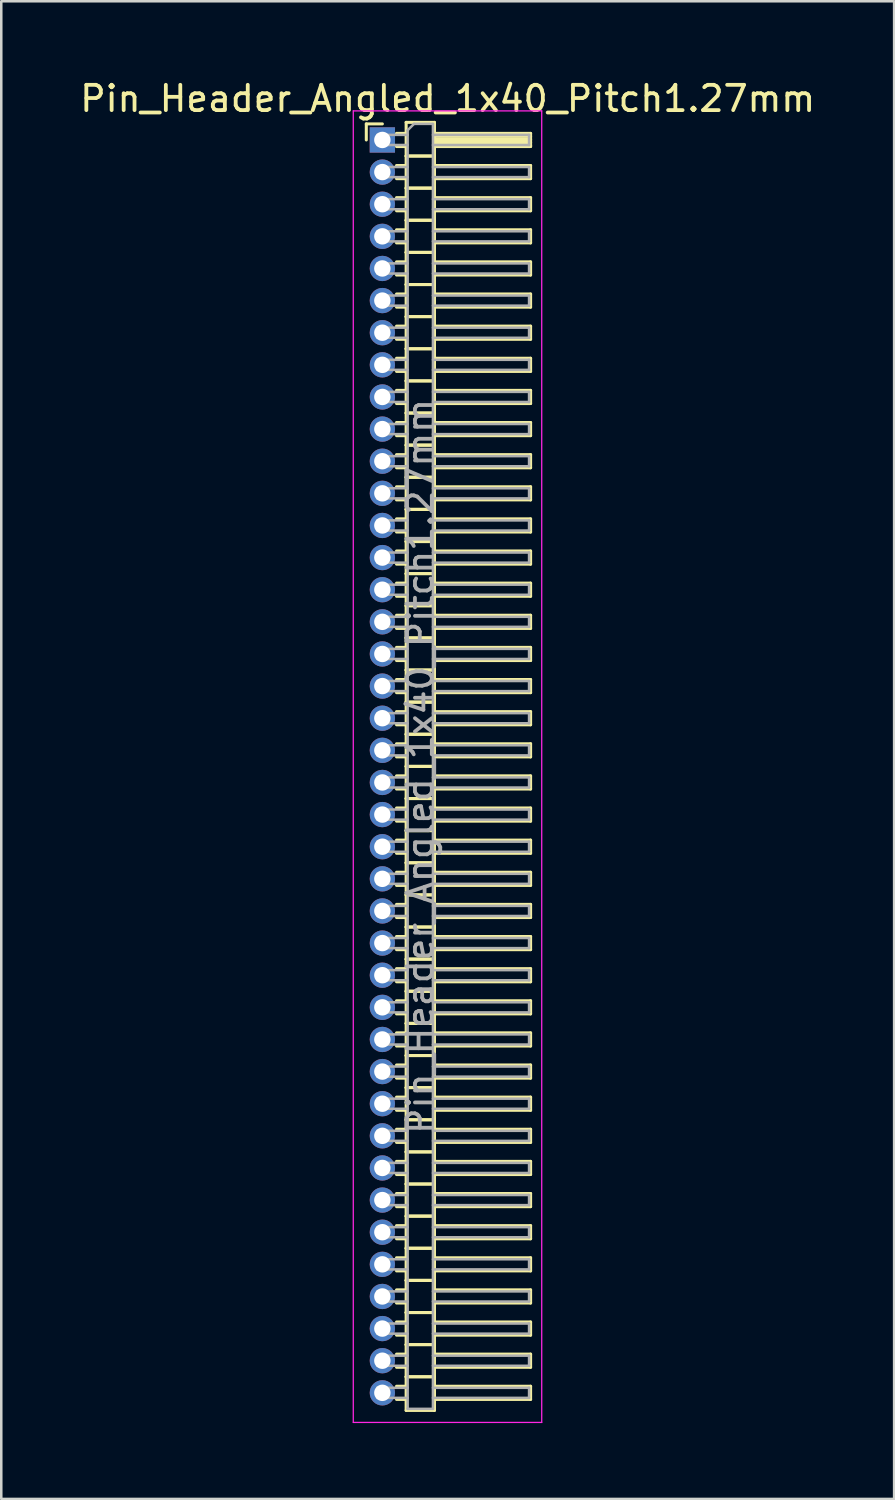
<source format=kicad_pcb>
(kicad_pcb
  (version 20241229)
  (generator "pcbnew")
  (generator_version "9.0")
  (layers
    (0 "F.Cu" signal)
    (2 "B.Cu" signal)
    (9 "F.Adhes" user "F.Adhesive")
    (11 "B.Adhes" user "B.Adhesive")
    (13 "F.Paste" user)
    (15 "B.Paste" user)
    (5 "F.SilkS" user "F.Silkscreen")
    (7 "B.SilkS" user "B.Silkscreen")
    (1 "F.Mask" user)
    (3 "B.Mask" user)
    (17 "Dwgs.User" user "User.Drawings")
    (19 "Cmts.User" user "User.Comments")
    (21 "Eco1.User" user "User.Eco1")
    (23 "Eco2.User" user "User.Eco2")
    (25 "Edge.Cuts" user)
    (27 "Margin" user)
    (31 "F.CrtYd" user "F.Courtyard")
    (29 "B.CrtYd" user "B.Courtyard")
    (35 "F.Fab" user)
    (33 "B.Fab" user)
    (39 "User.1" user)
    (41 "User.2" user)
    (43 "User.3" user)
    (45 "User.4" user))
  (footprint "Pin_Header_Angled_1x40_Pitch1.27mm"
    (layer "F.Cu")
    (at 12.066 2.483)
    (property "Reference" "Pin_Header_Angled_1x40_Pitch1.27mm" (at 2.583 -1.635 0) (layer "F.SilkS") (effects (font (size 1 1) (thickness 0.15))))
    (attr through_hole)
    (fp_line (start -0.635 -0.635) (end 0 -0.635) (stroke (width 0.12) (type solid)) (layer "F.SilkS"))
    (fp_line (start -0.635 0) (end -0.635 -0.635) (stroke (width 0.12) (type solid)) (layer "F.SilkS"))
    (fp_line (start 0.56 -0.26) (end 0.94 -0.26) (stroke (width 0.12) (type solid)) (layer "F.SilkS"))
    (fp_line (start 0.56 0.26) (end 0.94 0.26) (stroke (width 0.12) (type solid)) (layer "F.SilkS"))
    (fp_line (start 0.56 1.01) (end 0.94 1.01) (stroke (width 0.12) (type solid)) (layer "F.SilkS"))
    (fp_line (start 0.56 1.53) (end 0.94 1.53) (stroke (width 0.12) (type solid)) (layer "F.SilkS"))
    (fp_line (start 0.56 2.28) (end 0.94 2.28) (stroke (width 0.12) (type solid)) (layer "F.SilkS"))
    (fp_line (start 0.56 2.8) (end 0.94 2.8) (stroke (width 0.12) (type solid)) (layer "F.SilkS"))
    (fp_line (start 0.56 3.55) (end 0.94 3.55) (stroke (width 0.12) (type solid)) (layer "F.SilkS"))
    (fp_line (start 0.56 4.07) (end 0.94 4.07) (stroke (width 0.12) (type solid)) (layer "F.SilkS"))
    (fp_line (start 0.56 4.82) (end 0.94 4.82) (stroke (width 0.12) (type solid)) (layer "F.SilkS"))
    (fp_line (start 0.56 5.34) (end 0.94 5.34) (stroke (width 0.12) (type solid)) (layer "F.SilkS"))
    (fp_line (start 0.56 6.09) (end 0.94 6.09) (stroke (width 0.12) (type solid)) (layer "F.SilkS"))
    (fp_line (start 0.56 6.61) (end 0.94 6.61) (stroke (width 0.12) (type solid)) (layer "F.SilkS"))
    (fp_line (start 0.56 7.36) (end 0.94 7.36) (stroke (width 0.12) (type solid)) (layer "F.SilkS"))
    (fp_line (start 0.56 7.88) (end 0.94 7.88) (stroke (width 0.12) (type solid)) (layer "F.SilkS"))
    (fp_line (start 0.56 8.63) (end 0.94 8.63) (stroke (width 0.12) (type solid)) (layer "F.SilkS"))
    (fp_line (start 0.56 9.15) (end 0.94 9.15) (stroke (width 0.12) (type solid)) (layer "F.SilkS"))
    (fp_line (start 0.56 9.9) (end 0.94 9.9) (stroke (width 0.12) (type solid)) (layer "F.SilkS"))
    (fp_line (start 0.56 10.42) (end 0.94 10.42) (stroke (width 0.12) (type solid)) (layer "F.SilkS"))
    (fp_line (start 0.56 11.17) (end 0.94 11.17) (stroke (width 0.12) (type solid)) (layer "F.SilkS"))
    (fp_line (start 0.56 11.69) (end 0.94 11.69) (stroke (width 0.12) (type solid)) (layer "F.SilkS"))
    (fp_line (start 0.56 12.44) (end 0.94 12.44) (stroke (width 0.12) (type solid)) (layer "F.SilkS"))
    (fp_line (start 0.56 12.96) (end 0.94 12.96) (stroke (width 0.12) (type solid)) (layer "F.SilkS"))
    (fp_line (start 0.56 13.71) (end 0.94 13.71) (stroke (width 0.12) (type solid)) (layer "F.SilkS"))
    (fp_line (start 0.56 14.23) (end 0.94 14.23) (stroke (width 0.12) (type solid)) (layer "F.SilkS"))
    (fp_line (start 0.56 14.98) (end 0.94 14.98) (stroke (width 0.12) (type solid)) (layer "F.SilkS"))
    (fp_line (start 0.56 15.5) (end 0.94 15.5) (stroke (width 0.12) (type solid)) (layer "F.SilkS"))
    (fp_line (start 0.56 16.25) (end 0.94 16.25) (stroke (width 0.12) (type solid)) (layer "F.SilkS"))
    (fp_line (start 0.56 16.77) (end 0.94 16.77) (stroke (width 0.12) (type solid)) (layer "F.SilkS"))
    (fp_line (start 0.56 17.52) (end 0.94 17.52) (stroke (width 0.12) (type solid)) (layer "F.SilkS"))
    (fp_line (start 0.56 18.04) (end 0.94 18.04) (stroke (width 0.12) (type solid)) (layer "F.SilkS"))
    (fp_line (start 0.56 18.79) (end 0.94 18.79) (stroke (width 0.12) (type solid)) (layer "F.SilkS"))
    (fp_line (start 0.56 19.31) (end 0.94 19.31) (stroke (width 0.12) (type solid)) (layer "F.SilkS"))
    (fp_line (start 0.56 20.06) (end 0.94 20.06) (stroke (width 0.12) (type solid)) (layer "F.SilkS"))
    (fp_line (start 0.56 20.58) (end 0.94 20.58) (stroke (width 0.12) (type solid)) (layer "F.SilkS"))
    (fp_line (start 0.56 21.33) (end 0.94 21.33) (stroke (width 0.12) (type solid)) (layer "F.SilkS"))
    (fp_line (start 0.56 21.85) (end 0.94 21.85) (stroke (width 0.12) (type solid)) (layer "F.SilkS"))
    (fp_line (start 0.56 22.6) (end 0.94 22.6) (stroke (width 0.12) (type solid)) (layer "F.SilkS"))
    (fp_line (start 0.56 23.12) (end 0.94 23.12) (stroke (width 0.12) (type solid)) (layer "F.SilkS"))
    (fp_line (start 0.56 23.87) (end 0.94 23.87) (stroke (width 0.12) (type solid)) (layer "F.SilkS"))
    (fp_line (start 0.56 24.39) (end 0.94 24.39) (stroke (width 0.12) (type solid)) (layer "F.SilkS"))
    (fp_line (start 0.56 25.14) (end 0.94 25.14) (stroke (width 0.12) (type solid)) (layer "F.SilkS"))
    (fp_line (start 0.56 25.66) (end 0.94 25.66) (stroke (width 0.12) (type solid)) (layer "F.SilkS"))
    (fp_line (start 0.56 26.41) (end 0.94 26.41) (stroke (width 0.12) (type solid)) (layer "F.SilkS"))
    (fp_line (start 0.56 26.93) (end 0.94 26.93) (stroke (width 0.12) (type solid)) (layer "F.SilkS"))
    (fp_line (start 0.56 27.68) (end 0.94 27.68) (stroke (width 0.12) (type solid)) (layer "F.SilkS"))
    (fp_line (start 0.56 28.2) (end 0.94 28.2) (stroke (width 0.12) (type solid)) (layer "F.SilkS"))
    (fp_line (start 0.56 28.95) (end 0.94 28.95) (stroke (width 0.12) (type solid)) (layer "F.SilkS"))
    (fp_line (start 0.56 29.47) (end 0.94 29.47) (stroke (width 0.12) (type solid)) (layer "F.SilkS"))
    (fp_line (start 0.56 30.22) (end 0.94 30.22) (stroke (width 0.12) (type solid)) (layer "F.SilkS"))
    (fp_line (start 0.56 30.74) (end 0.94 30.74) (stroke (width 0.12) (type solid)) (layer "F.SilkS"))
    (fp_line (start 0.56 31.49) (end 0.94 31.49) (stroke (width 0.12) (type solid)) (layer "F.SilkS"))
    (fp_line (start 0.56 32.01) (end 0.94 32.01) (stroke (width 0.12) (type solid)) (layer "F.SilkS"))
    (fp_line (start 0.56 32.76) (end 0.94 32.76) (stroke (width 0.12) (type solid)) (layer "F.SilkS"))
    (fp_line (start 0.56 33.28) (end 0.94 33.28) (stroke (width 0.12) (type solid)) (layer "F.SilkS"))
    (fp_line (start 0.56 34.03) (end 0.94 34.03) (stroke (width 0.12) (type solid)) (layer "F.SilkS"))
    (fp_line (start 0.56 34.55) (end 0.94 34.55) (stroke (width 0.12) (type solid)) (layer "F.SilkS"))
    (fp_line (start 0.56 35.3) (end 0.94 35.3) (stroke (width 0.12) (type solid)) (layer "F.SilkS"))
    (fp_line (start 0.56 35.82) (end 0.94 35.82) (stroke (width 0.12) (type solid)) (layer "F.SilkS"))
    (fp_line (start 0.56 36.57) (end 0.94 36.57) (stroke (width 0.12) (type solid)) (layer "F.SilkS"))
    (fp_line (start 0.56 37.09) (end 0.94 37.09) (stroke (width 0.12) (type solid)) (layer "F.SilkS"))
    (fp_line (start 0.56 37.84) (end 0.94 37.84) (stroke (width 0.12) (type solid)) (layer "F.SilkS"))
    (fp_line (start 0.56 38.36) (end 0.94 38.36) (stroke (width 0.12) (type solid)) (layer "F.SilkS"))
    (fp_line (start 0.56 39.11) (end 0.94 39.11) (stroke (width 0.12) (type solid)) (layer "F.SilkS"))
    (fp_line (start 0.56 39.63) (end 0.94 39.63) (stroke (width 0.12) (type solid)) (layer "F.SilkS"))
    (fp_line (start 0.56 40.38) (end 0.94 40.38) (stroke (width 0.12) (type solid)) (layer "F.SilkS"))
    (fp_line (start 0.56 40.9) (end 0.94 40.9) (stroke (width 0.12) (type solid)) (layer "F.SilkS"))
    (fp_line (start 0.56 41.65) (end 0.94 41.65) (stroke (width 0.12) (type solid)) (layer "F.SilkS"))
    (fp_line (start 0.56 42.17) (end 0.94 42.17) (stroke (width 0.12) (type solid)) (layer "F.SilkS"))
    (fp_line (start 0.56 42.92) (end 0.94 42.92) (stroke (width 0.12) (type solid)) (layer "F.SilkS"))
    (fp_line (start 0.56 43.44) (end 0.94 43.44) (stroke (width 0.12) (type solid)) (layer "F.SilkS"))
    (fp_line (start 0.56 44.19) (end 0.94 44.19) (stroke (width 0.12) (type solid)) (layer "F.SilkS"))
    (fp_line (start 0.56 44.71) (end 0.94 44.71) (stroke (width 0.12) (type solid)) (layer "F.SilkS"))
    (fp_line (start 0.56 45.46) (end 0.94 45.46) (stroke (width 0.12) (type solid)) (layer "F.SilkS"))
    (fp_line (start 0.56 45.98) (end 0.94 45.98) (stroke (width 0.12) (type solid)) (layer "F.SilkS"))
    (fp_line (start 0.56 46.73) (end 0.94 46.73) (stroke (width 0.12) (type solid)) (layer "F.SilkS"))
    (fp_line (start 0.56 47.25) (end 0.94 47.25) (stroke (width 0.12) (type solid)) (layer "F.SilkS"))
    (fp_line (start 0.56 48) (end 0.94 48) (stroke (width 0.12) (type solid)) (layer "F.SilkS"))
    (fp_line (start 0.56 48.52) (end 0.94 48.52) (stroke (width 0.12) (type solid)) (layer "F.SilkS"))
    (fp_line (start 0.56 49.27) (end 0.94 49.27) (stroke (width 0.12) (type solid)) (layer "F.SilkS"))
    (fp_line (start 0.56 49.79) (end 0.94 49.79) (stroke (width 0.12) (type solid)) (layer "F.SilkS"))
    (fp_line (start 0.94 -0.695) (end 0.94 0.635) (stroke (width 0.12) (type solid)) (layer "F.SilkS"))
    (fp_line (start 0.94 0.635) (end 0.94 1.905) (stroke (width 0.12) (type solid)) (layer "F.SilkS"))
    (fp_line (start 0.94 0.635) (end 2.06 0.635) (stroke (width 0.12) (type solid)) (layer "F.SilkS"))
    (fp_line (start 0.94 1.905) (end 0.94 3.175) (stroke (width 0.12) (type solid)) (layer "F.SilkS"))
    (fp_line (start 0.94 1.905) (end 2.06 1.905) (stroke (width 0.12) (type solid)) (layer "F.SilkS"))
    (fp_line (start 0.94 3.175) (end 0.94 4.445) (stroke (width 0.12) (type solid)) (layer "F.SilkS"))
    (fp_line (start 0.94 3.175) (end 2.06 3.175) (stroke (width 0.12) (type solid)) (layer "F.SilkS"))
    (fp_line (start 0.94 4.445) (end 0.94 5.715) (stroke (width 0.12) (type solid)) (layer "F.SilkS"))
    (fp_line (start 0.94 4.445) (end 2.06 4.445) (stroke (width 0.12) (type solid)) (layer "F.SilkS"))
    (fp_line (start 0.94 5.715) (end 0.94 6.985) (stroke (width 0.12) (type solid)) (layer "F.SilkS"))
    (fp_line (start 0.94 5.715) (end 2.06 5.715) (stroke (width 0.12) (type solid)) (layer "F.SilkS"))
    (fp_line (start 0.94 6.985) (end 0.94 8.255) (stroke (width 0.12) (type solid)) (layer "F.SilkS"))
    (fp_line (start 0.94 6.985) (end 2.06 6.985) (stroke (width 0.12) (type solid)) (layer "F.SilkS"))
    (fp_line (start 0.94 8.255) (end 0.94 9.525) (stroke (width 0.12) (type solid)) (layer "F.SilkS"))
    (fp_line (start 0.94 8.255) (end 2.06 8.255) (stroke (width 0.12) (type solid)) (layer "F.SilkS"))
    (fp_line (start 0.94 9.525) (end 0.94 10.795) (stroke (width 0.12) (type solid)) (layer "F.SilkS"))
    (fp_line (start 0.94 9.525) (end 2.06 9.525) (stroke (width 0.12) (type solid)) (layer "F.SilkS"))
    (fp_line (start 0.94 10.795) (end 0.94 12.065) (stroke (width 0.12) (type solid)) (layer "F.SilkS"))
    (fp_line (start 0.94 10.795) (end 2.06 10.795) (stroke (width 0.12) (type solid)) (layer "F.SilkS"))
    (fp_line (start 0.94 12.065) (end 0.94 13.335) (stroke (width 0.12) (type solid)) (layer "F.SilkS"))
    (fp_line (start 0.94 12.065) (end 2.06 12.065) (stroke (width 0.12) (type solid)) (layer "F.SilkS"))
    (fp_line (start 0.94 13.335) (end 0.94 14.605) (stroke (width 0.12) (type solid)) (layer "F.SilkS"))
    (fp_line (start 0.94 13.335) (end 2.06 13.335) (stroke (width 0.12) (type solid)) (layer "F.SilkS"))
    (fp_line (start 0.94 14.605) (end 0.94 15.875) (stroke (width 0.12) (type solid)) (layer "F.SilkS"))
    (fp_line (start 0.94 14.605) (end 2.06 14.605) (stroke (width 0.12) (type solid)) (layer "F.SilkS"))
    (fp_line (start 0.94 15.875) (end 0.94 17.145) (stroke (width 0.12) (type solid)) (layer "F.SilkS"))
    (fp_line (start 0.94 15.875) (end 2.06 15.875) (stroke (width 0.12) (type solid)) (layer "F.SilkS"))
    (fp_line (start 0.94 17.145) (end 0.94 18.415) (stroke (width 0.12) (type solid)) (layer "F.SilkS"))
    (fp_line (start 0.94 17.145) (end 2.06 17.145) (stroke (width 0.12) (type solid)) (layer "F.SilkS"))
    (fp_line (start 0.94 18.415) (end 0.94 19.685) (stroke (width 0.12) (type solid)) (layer "F.SilkS"))
    (fp_line (start 0.94 18.415) (end 2.06 18.415) (stroke (width 0.12) (type solid)) (layer "F.SilkS"))
    (fp_line (start 0.94 19.685) (end 0.94 20.955) (stroke (width 0.12) (type solid)) (layer "F.SilkS"))
    (fp_line (start 0.94 19.685) (end 2.06 19.685) (stroke (width 0.12) (type solid)) (layer "F.SilkS"))
    (fp_line (start 0.94 20.955) (end 0.94 22.225) (stroke (width 0.12) (type solid)) (layer "F.SilkS"))
    (fp_line (start 0.94 20.955) (end 2.06 20.955) (stroke (width 0.12) (type solid)) (layer "F.SilkS"))
    (fp_line (start 0.94 22.225) (end 0.94 23.495) (stroke (width 0.12) (type solid)) (layer "F.SilkS"))
    (fp_line (start 0.94 22.225) (end 2.06 22.225) (stroke (width 0.12) (type solid)) (layer "F.SilkS"))
    (fp_line (start 0.94 23.495) (end 0.94 24.765) (stroke (width 0.12) (type solid)) (layer "F.SilkS"))
    (fp_line (start 0.94 23.495) (end 2.06 23.495) (stroke (width 0.12) (type solid)) (layer "F.SilkS"))
    (fp_line (start 0.94 24.765) (end 0.94 26.035) (stroke (width 0.12) (type solid)) (layer "F.SilkS"))
    (fp_line (start 0.94 24.765) (end 2.06 24.765) (stroke (width 0.12) (type solid)) (layer "F.SilkS"))
    (fp_line (start 0.94 26.035) (end 0.94 27.305) (stroke (width 0.12) (type solid)) (layer "F.SilkS"))
    (fp_line (start 0.94 26.035) (end 2.06 26.035) (stroke (width 0.12) (type solid)) (layer "F.SilkS"))
    (fp_line (start 0.94 27.305) (end 0.94 28.575) (stroke (width 0.12) (type solid)) (layer "F.SilkS"))
    (fp_line (start 0.94 27.305) (end 2.06 27.305) (stroke (width 0.12) (type solid)) (layer "F.SilkS"))
    (fp_line (start 0.94 28.575) (end 0.94 29.845) (stroke (width 0.12) (type solid)) (layer "F.SilkS"))
    (fp_line (start 0.94 28.575) (end 2.06 28.575) (stroke (width 0.12) (type solid)) (layer "F.SilkS"))
    (fp_line (start 0.94 29.845) (end 0.94 31.115) (stroke (width 0.12) (type solid)) (layer "F.SilkS"))
    (fp_line (start 0.94 29.845) (end 2.06 29.845) (stroke (width 0.12) (type solid)) (layer "F.SilkS"))
    (fp_line (start 0.94 31.115) (end 0.94 32.385) (stroke (width 0.12) (type solid)) (layer "F.SilkS"))
    (fp_line (start 0.94 31.115) (end 2.06 31.115) (stroke (width 0.12) (type solid)) (layer "F.SilkS"))
    (fp_line (start 0.94 32.385) (end 0.94 33.655) (stroke (width 0.12) (type solid)) (layer "F.SilkS"))
    (fp_line (start 0.94 32.385) (end 2.06 32.385) (stroke (width 0.12) (type solid)) (layer "F.SilkS"))
    (fp_line (start 0.94 33.655) (end 0.94 34.925) (stroke (width 0.12) (type solid)) (layer "F.SilkS"))
    (fp_line (start 0.94 33.655) (end 2.06 33.655) (stroke (width 0.12) (type solid)) (layer "F.SilkS"))
    (fp_line (start 0.94 34.925) (end 0.94 36.195) (stroke (width 0.12) (type solid)) (layer "F.SilkS"))
    (fp_line (start 0.94 34.925) (end 2.06 34.925) (stroke (width 0.12) (type solid)) (layer "F.SilkS"))
    (fp_line (start 0.94 36.195) (end 0.94 37.465) (stroke (width 0.12) (type solid)) (layer "F.SilkS"))
    (fp_line (start 0.94 36.195) (end 2.06 36.195) (stroke (width 0.12) (type solid)) (layer "F.SilkS"))
    (fp_line (start 0.94 37.465) (end 0.94 38.735) (stroke (width 0.12) (type solid)) (layer "F.SilkS"))
    (fp_line (start 0.94 37.465) (end 2.06 37.465) (stroke (width 0.12) (type solid)) (layer "F.SilkS"))
    (fp_line (start 0.94 38.735) (end 0.94 40.005) (stroke (width 0.12) (type solid)) (layer "F.SilkS"))
    (fp_line (start 0.94 38.735) (end 2.06 38.735) (stroke (width 0.12) (type solid)) (layer "F.SilkS"))
    (fp_line (start 0.94 40.005) (end 0.94 41.275) (stroke (width 0.12) (type solid)) (layer "F.SilkS"))
    (fp_line (start 0.94 40.005) (end 2.06 40.005) (stroke (width 0.12) (type solid)) (layer "F.SilkS"))
    (fp_line (start 0.94 41.275) (end 0.94 42.545) (stroke (width 0.12) (type solid)) (layer "F.SilkS"))
    (fp_line (start 0.94 41.275) (end 2.06 41.275) (stroke (width 0.12) (type solid)) (layer "F.SilkS"))
    (fp_line (start 0.94 42.545) (end 0.94 43.815) (stroke (width 0.12) (type solid)) (layer "F.SilkS"))
    (fp_line (start 0.94 42.545) (end 2.06 42.545) (stroke (width 0.12) (type solid)) (layer "F.SilkS"))
    (fp_line (start 0.94 43.815) (end 0.94 45.085) (stroke (width 0.12) (type solid)) (layer "F.SilkS"))
    (fp_line (start 0.94 43.815) (end 2.06 43.815) (stroke (width 0.12) (type solid)) (layer "F.SilkS"))
    (fp_line (start 0.94 45.085) (end 0.94 46.355) (stroke (width 0.12) (type solid)) (layer "F.SilkS"))
    (fp_line (start 0.94 45.085) (end 2.06 45.085) (stroke (width 0.12) (type solid)) (layer "F.SilkS"))
    (fp_line (start 0.94 46.355) (end 0.94 47.625) (stroke (width 0.12) (type solid)) (layer "F.SilkS"))
    (fp_line (start 0.94 46.355) (end 2.06 46.355) (stroke (width 0.12) (type solid)) (layer "F.SilkS"))
    (fp_line (start 0.94 47.625) (end 0.94 48.895) (stroke (width 0.12) (type solid)) (layer "F.SilkS"))
    (fp_line (start 0.94 47.625) (end 2.06 47.625) (stroke (width 0.12) (type solid)) (layer "F.SilkS"))
    (fp_line (start 0.94 48.895) (end 0.94 50.225) (stroke (width 0.12) (type solid)) (layer "F.SilkS"))
    (fp_line (start 0.94 48.895) (end 2.06 48.895) (stroke (width 0.12) (type solid)) (layer "F.SilkS"))
    (fp_line (start 0.94 50.225) (end 2.06 50.225) (stroke (width 0.12) (type solid)) (layer "F.SilkS"))
    (fp_line (start 2.06 -0.695) (end 0.94 -0.695) (stroke (width 0.12) (type solid)) (layer "F.SilkS"))
    (fp_line (start 2.06 -0.26) (end 2.06 0.26) (stroke (width 0.12) (type solid)) (layer "F.SilkS"))
    (fp_line (start 2.06 -0.14) (end 5.86 -0.14) (stroke (width 0.12) (type solid)) (layer "F.SilkS"))
    (fp_line (start 2.06 -0.02) (end 5.86 -0.02) (stroke (width 0.12) (type solid)) (layer "F.SilkS"))
    (fp_line (start 2.06 0.1) (end 5.86 0.1) (stroke (width 0.12) (type solid)) (layer "F.SilkS"))
    (fp_line (start 2.06 0.22) (end 5.86 0.22) (stroke (width 0.12) (type solid)) (layer "F.SilkS"))
    (fp_line (start 2.06 0.26) (end 5.86 0.26) (stroke (width 0.12) (type solid)) (layer "F.SilkS"))
    (fp_line (start 2.06 0.635) (end 0.94 0.635) (stroke (width 0.12) (type solid)) (layer "F.SilkS"))
    (fp_line (start 2.06 0.635) (end 2.06 -0.695) (stroke (width 0.12) (type solid)) (layer "F.SilkS"))
    (fp_line (start 2.06 1.01) (end 2.06 1.53) (stroke (width 0.12) (type solid)) (layer "F.SilkS"))
    (fp_line (start 2.06 1.53) (end 5.86 1.53) (stroke (width 0.12) (type solid)) (layer "F.SilkS"))
    (fp_line (start 2.06 1.905) (end 0.94 1.905) (stroke (width 0.12) (type solid)) (layer "F.SilkS"))
    (fp_line (start 2.06 1.905) (end 2.06 0.635) (stroke (width 0.12) (type solid)) (layer "F.SilkS"))
    (fp_line (start 2.06 2.28) (end 2.06 2.8) (stroke (width 0.12) (type solid)) (layer "F.SilkS"))
    (fp_line (start 2.06 2.8) (end 5.86 2.8) (stroke (width 0.12) (type solid)) (layer "F.SilkS"))
    (fp_line (start 2.06 3.175) (end 0.94 3.175) (stroke (width 0.12) (type solid)) (layer "F.SilkS"))
    (fp_line (start 2.06 3.175) (end 2.06 1.905) (stroke (width 0.12) (type solid)) (layer "F.SilkS"))
    (fp_line (start 2.06 3.55) (end 2.06 4.07) (stroke (width 0.12) (type solid)) (layer "F.SilkS"))
    (fp_line (start 2.06 4.07) (end 5.86 4.07) (stroke (width 0.12) (type solid)) (layer "F.SilkS"))
    (fp_line (start 2.06 4.445) (end 0.94 4.445) (stroke (width 0.12) (type solid)) (layer "F.SilkS"))
    (fp_line (start 2.06 4.445) (end 2.06 3.175) (stroke (width 0.12) (type solid)) (layer "F.SilkS"))
    (fp_line (start 2.06 4.82) (end 2.06 5.34) (stroke (width 0.12) (type solid)) (layer "F.SilkS"))
    (fp_line (start 2.06 5.34) (end 5.86 5.34) (stroke (width 0.12) (type solid)) (layer "F.SilkS"))
    (fp_line (start 2.06 5.715) (end 0.94 5.715) (stroke (width 0.12) (type solid)) (layer "F.SilkS"))
    (fp_line (start 2.06 5.715) (end 2.06 4.445) (stroke (width 0.12) (type solid)) (layer "F.SilkS"))
    (fp_line (start 2.06 6.09) (end 2.06 6.61) (stroke (width 0.12) (type solid)) (layer "F.SilkS"))
    (fp_line (start 2.06 6.61) (end 5.86 6.61) (stroke (width 0.12) (type solid)) (layer "F.SilkS"))
    (fp_line (start 2.06 6.985) (end 0.94 6.985) (stroke (width 0.12) (type solid)) (layer "F.SilkS"))
    (fp_line (start 2.06 6.985) (end 2.06 5.715) (stroke (width 0.12) (type solid)) (layer "F.SilkS"))
    (fp_line (start 2.06 7.36) (end 2.06 7.88) (stroke (width 0.12) (type solid)) (layer "F.SilkS"))
    (fp_line (start 2.06 7.88) (end 5.86 7.88) (stroke (width 0.12) (type solid)) (layer "F.SilkS"))
    (fp_line (start 2.06 8.255) (end 0.94 8.255) (stroke (width 0.12) (type solid)) (layer "F.SilkS"))
    (fp_line (start 2.06 8.255) (end 2.06 6.985) (stroke (width 0.12) (type solid)) (layer "F.SilkS"))
    (fp_line (start 2.06 8.63) (end 2.06 9.15) (stroke (width 0.12) (type solid)) (layer "F.SilkS"))
    (fp_line (start 2.06 9.15) (end 5.86 9.15) (stroke (width 0.12) (type solid)) (layer "F.SilkS"))
    (fp_line (start 2.06 9.525) (end 0.94 9.525) (stroke (width 0.12) (type solid)) (layer "F.SilkS"))
    (fp_line (start 2.06 9.525) (end 2.06 8.255) (stroke (width 0.12) (type solid)) (layer "F.SilkS"))
    (fp_line (start 2.06 9.9) (end 2.06 10.42) (stroke (width 0.12) (type solid)) (layer "F.SilkS"))
    (fp_line (start 2.06 10.42) (end 5.86 10.42) (stroke (width 0.12) (type solid)) (layer "F.SilkS"))
    (fp_line (start 2.06 10.795) (end 0.94 10.795) (stroke (width 0.12) (type solid)) (layer "F.SilkS"))
    (fp_line (start 2.06 10.795) (end 2.06 9.525) (stroke (width 0.12) (type solid)) (layer "F.SilkS"))
    (fp_line (start 2.06 11.17) (end 2.06 11.69) (stroke (width 0.12) (type solid)) (layer "F.SilkS"))
    (fp_line (start 2.06 11.69) (end 5.86 11.69) (stroke (width 0.12) (type solid)) (layer "F.SilkS"))
    (fp_line (start 2.06 12.065) (end 0.94 12.065) (stroke (width 0.12) (type solid)) (layer "F.SilkS"))
    (fp_line (start 2.06 12.065) (end 2.06 10.795) (stroke (width 0.12) (type solid)) (layer "F.SilkS"))
    (fp_line (start 2.06 12.44) (end 2.06 12.96) (stroke (width 0.12) (type solid)) (layer "F.SilkS"))
    (fp_line (start 2.06 12.96) (end 5.86 12.96) (stroke (width 0.12) (type solid)) (layer "F.SilkS"))
    (fp_line (start 2.06 13.335) (end 0.94 13.335) (stroke (width 0.12) (type solid)) (layer "F.SilkS"))
    (fp_line (start 2.06 13.335) (end 2.06 12.065) (stroke (width 0.12) (type solid)) (layer "F.SilkS"))
    (fp_line (start 2.06 13.71) (end 2.06 14.23) (stroke (width 0.12) (type solid)) (layer "F.SilkS"))
    (fp_line (start 2.06 14.23) (end 5.86 14.23) (stroke (width 0.12) (type solid)) (layer "F.SilkS"))
    (fp_line (start 2.06 14.605) (end 0.94 14.605) (stroke (width 0.12) (type solid)) (layer "F.SilkS"))
    (fp_line (start 2.06 14.605) (end 2.06 13.335) (stroke (width 0.12) (type solid)) (layer "F.SilkS"))
    (fp_line (start 2.06 14.98) (end 2.06 15.5) (stroke (width 0.12) (type solid)) (layer "F.SilkS"))
    (fp_line (start 2.06 15.5) (end 5.86 15.5) (stroke (width 0.12) (type solid)) (layer "F.SilkS"))
    (fp_line (start 2.06 15.875) (end 0.94 15.875) (stroke (width 0.12) (type solid)) (layer "F.SilkS"))
    (fp_line (start 2.06 15.875) (end 2.06 14.605) (stroke (width 0.12) (type solid)) (layer "F.SilkS"))
    (fp_line (start 2.06 16.25) (end 2.06 16.77) (stroke (width 0.12) (type solid)) (layer "F.SilkS"))
    (fp_line (start 2.06 16.77) (end 5.86 16.77) (stroke (width 0.12) (type solid)) (layer "F.SilkS"))
    (fp_line (start 2.06 17.145) (end 0.94 17.145) (stroke (width 0.12) (type solid)) (layer "F.SilkS"))
    (fp_line (start 2.06 17.145) (end 2.06 15.875) (stroke (width 0.12) (type solid)) (layer "F.SilkS"))
    (fp_line (start 2.06 17.52) (end 2.06 18.04) (stroke (width 0.12) (type solid)) (layer "F.SilkS"))
    (fp_line (start 2.06 18.04) (end 5.86 18.04) (stroke (width 0.12) (type solid)) (layer "F.SilkS"))
    (fp_line (start 2.06 18.415) (end 0.94 18.415) (stroke (width 0.12) (type solid)) (layer "F.SilkS"))
    (fp_line (start 2.06 18.415) (end 2.06 17.145) (stroke (width 0.12) (type solid)) (layer "F.SilkS"))
    (fp_line (start 2.06 18.79) (end 2.06 19.31) (stroke (width 0.12) (type solid)) (layer "F.SilkS"))
    (fp_line (start 2.06 19.31) (end 5.86 19.31) (stroke (width 0.12) (type solid)) (layer "F.SilkS"))
    (fp_line (start 2.06 19.685) (end 0.94 19.685) (stroke (width 0.12) (type solid)) (layer "F.SilkS"))
    (fp_line (start 2.06 19.685) (end 2.06 18.415) (stroke (width 0.12) (type solid)) (layer "F.SilkS"))
    (fp_line (start 2.06 20.06) (end 2.06 20.58) (stroke (width 0.12) (type solid)) (layer "F.SilkS"))
    (fp_line (start 2.06 20.58) (end 5.86 20.58) (stroke (width 0.12) (type solid)) (layer "F.SilkS"))
    (fp_line (start 2.06 20.955) (end 0.94 20.955) (stroke (width 0.12) (type solid)) (layer "F.SilkS"))
    (fp_line (start 2.06 20.955) (end 2.06 19.685) (stroke (width 0.12) (type solid)) (layer "F.SilkS"))
    (fp_line (start 2.06 21.33) (end 2.06 21.85) (stroke (width 0.12) (type solid)) (layer "F.SilkS"))
    (fp_line (start 2.06 21.85) (end 5.86 21.85) (stroke (width 0.12) (type solid)) (layer "F.SilkS"))
    (fp_line (start 2.06 22.225) (end 0.94 22.225) (stroke (width 0.12) (type solid)) (layer "F.SilkS"))
    (fp_line (start 2.06 22.225) (end 2.06 20.955) (stroke (width 0.12) (type solid)) (layer "F.SilkS"))
    (fp_line (start 2.06 22.6) (end 2.06 23.12) (stroke (width 0.12) (type solid)) (layer "F.SilkS"))
    (fp_line (start 2.06 23.12) (end 5.86 23.12) (stroke (width 0.12) (type solid)) (layer "F.SilkS"))
    (fp_line (start 2.06 23.495) (end 0.94 23.495) (stroke (width 0.12) (type solid)) (layer "F.SilkS"))
    (fp_line (start 2.06 23.495) (end 2.06 22.225) (stroke (width 0.12) (type solid)) (layer "F.SilkS"))
    (fp_line (start 2.06 23.87) (end 2.06 24.39) (stroke (width 0.12) (type solid)) (layer "F.SilkS"))
    (fp_line (start 2.06 24.39) (end 5.86 24.39) (stroke (width 0.12) (type solid)) (layer "F.SilkS"))
    (fp_line (start 2.06 24.765) (end 0.94 24.765) (stroke (width 0.12) (type solid)) (layer "F.SilkS"))
    (fp_line (start 2.06 24.765) (end 2.06 23.495) (stroke (width 0.12) (type solid)) (layer "F.SilkS"))
    (fp_line (start 2.06 25.14) (end 2.06 25.66) (stroke (width 0.12) (type solid)) (layer "F.SilkS"))
    (fp_line (start 2.06 25.66) (end 5.86 25.66) (stroke (width 0.12) (type solid)) (layer "F.SilkS"))
    (fp_line (start 2.06 26.035) (end 0.94 26.035) (stroke (width 0.12) (type solid)) (layer "F.SilkS"))
    (fp_line (start 2.06 26.035) (end 2.06 24.765) (stroke (width 0.12) (type solid)) (layer "F.SilkS"))
    (fp_line (start 2.06 26.41) (end 2.06 26.93) (stroke (width 0.12) (type solid)) (layer "F.SilkS"))
    (fp_line (start 2.06 26.93) (end 5.86 26.93) (stroke (width 0.12) (type solid)) (layer "F.SilkS"))
    (fp_line (start 2.06 27.305) (end 0.94 27.305) (stroke (width 0.12) (type solid)) (layer "F.SilkS"))
    (fp_line (start 2.06 27.305) (end 2.06 26.035) (stroke (width 0.12) (type solid)) (layer "F.SilkS"))
    (fp_line (start 2.06 27.68) (end 2.06 28.2) (stroke (width 0.12) (type solid)) (layer "F.SilkS"))
    (fp_line (start 2.06 28.2) (end 5.86 28.2) (stroke (width 0.12) (type solid)) (layer "F.SilkS"))
    (fp_line (start 2.06 28.575) (end 0.94 28.575) (stroke (width 0.12) (type solid)) (layer "F.SilkS"))
    (fp_line (start 2.06 28.575) (end 2.06 27.305) (stroke (width 0.12) (type solid)) (layer "F.SilkS"))
    (fp_line (start 2.06 28.95) (end 2.06 29.47) (stroke (width 0.12) (type solid)) (layer "F.SilkS"))
    (fp_line (start 2.06 29.47) (end 5.86 29.47) (stroke (width 0.12) (type solid)) (layer "F.SilkS"))
    (fp_line (start 2.06 29.845) (end 0.94 29.845) (stroke (width 0.12) (type solid)) (layer "F.SilkS"))
    (fp_line (start 2.06 29.845) (end 2.06 28.575) (stroke (width 0.12) (type solid)) (layer "F.SilkS"))
    (fp_line (start 2.06 30.22) (end 2.06 30.74) (stroke (width 0.12) (type solid)) (layer "F.SilkS"))
    (fp_line (start 2.06 30.74) (end 5.86 30.74) (stroke (width 0.12) (type solid)) (layer "F.SilkS"))
    (fp_line (start 2.06 31.115) (end 0.94 31.115) (stroke (width 0.12) (type solid)) (layer "F.SilkS"))
    (fp_line (start 2.06 31.115) (end 2.06 29.845) (stroke (width 0.12) (type solid)) (layer "F.SilkS"))
    (fp_line (start 2.06 31.49) (end 2.06 32.01) (stroke (width 0.12) (type solid)) (layer "F.SilkS"))
    (fp_line (start 2.06 32.01) (end 5.86 32.01) (stroke (width 0.12) (type solid)) (layer "F.SilkS"))
    (fp_line (start 2.06 32.385) (end 0.94 32.385) (stroke (width 0.12) (type solid)) (layer "F.SilkS"))
    (fp_line (start 2.06 32.385) (end 2.06 31.115) (stroke (width 0.12) (type solid)) (layer "F.SilkS"))
    (fp_line (start 2.06 32.76) (end 2.06 33.28) (stroke (width 0.12) (type solid)) (layer "F.SilkS"))
    (fp_line (start 2.06 33.28) (end 5.86 33.28) (stroke (width 0.12) (type solid)) (layer "F.SilkS"))
    (fp_line (start 2.06 33.655) (end 0.94 33.655) (stroke (width 0.12) (type solid)) (layer "F.SilkS"))
    (fp_line (start 2.06 33.655) (end 2.06 32.385) (stroke (width 0.12) (type solid)) (layer "F.SilkS"))
    (fp_line (start 2.06 34.03) (end 2.06 34.55) (stroke (width 0.12) (type solid)) (layer "F.SilkS"))
    (fp_line (start 2.06 34.55) (end 5.86 34.55) (stroke (width 0.12) (type solid)) (layer "F.SilkS"))
    (fp_line (start 2.06 34.925) (end 0.94 34.925) (stroke (width 0.12) (type solid)) (layer "F.SilkS"))
    (fp_line (start 2.06 34.925) (end 2.06 33.655) (stroke (width 0.12) (type solid)) (layer "F.SilkS"))
    (fp_line (start 2.06 35.3) (end 2.06 35.82) (stroke (width 0.12) (type solid)) (layer "F.SilkS"))
    (fp_line (start 2.06 35.82) (end 5.86 35.82) (stroke (width 0.12) (type solid)) (layer "F.SilkS"))
    (fp_line (start 2.06 36.195) (end 0.94 36.195) (stroke (width 0.12) (type solid)) (layer "F.SilkS"))
    (fp_line (start 2.06 36.195) (end 2.06 34.925) (stroke (width 0.12) (type solid)) (layer "F.SilkS"))
    (fp_line (start 2.06 36.57) (end 2.06 37.09) (stroke (width 0.12) (type solid)) (layer "F.SilkS"))
    (fp_line (start 2.06 37.09) (end 5.86 37.09) (stroke (width 0.12) (type solid)) (layer "F.SilkS"))
    (fp_line (start 2.06 37.465) (end 0.94 37.465) (stroke (width 0.12) (type solid)) (layer "F.SilkS"))
    (fp_line (start 2.06 37.465) (end 2.06 36.195) (stroke (width 0.12) (type solid)) (layer "F.SilkS"))
    (fp_line (start 2.06 37.84) (end 2.06 38.36) (stroke (width 0.12) (type solid)) (layer "F.SilkS"))
    (fp_line (start 2.06 38.36) (end 5.86 38.36) (stroke (width 0.12) (type solid)) (layer "F.SilkS"))
    (fp_line (start 2.06 38.735) (end 0.94 38.735) (stroke (width 0.12) (type solid)) (layer "F.SilkS"))
    (fp_line (start 2.06 38.735) (end 2.06 37.465) (stroke (width 0.12) (type solid)) (layer "F.SilkS"))
    (fp_line (start 2.06 39.11) (end 2.06 39.63) (stroke (width 0.12) (type solid)) (layer "F.SilkS"))
    (fp_line (start 2.06 39.63) (end 5.86 39.63) (stroke (width 0.12) (type solid)) (layer "F.SilkS"))
    (fp_line (start 2.06 40.005) (end 0.94 40.005) (stroke (width 0.12) (type solid)) (layer "F.SilkS"))
    (fp_line (start 2.06 40.005) (end 2.06 38.735) (stroke (width 0.12) (type solid)) (layer "F.SilkS"))
    (fp_line (start 2.06 40.38) (end 2.06 40.9) (stroke (width 0.12) (type solid)) (layer "F.SilkS"))
    (fp_line (start 2.06 40.9) (end 5.86 40.9) (stroke (width 0.12) (type solid)) (layer "F.SilkS"))
    (fp_line (start 2.06 41.275) (end 0.94 41.275) (stroke (width 0.12) (type solid)) (layer "F.SilkS"))
    (fp_line (start 2.06 41.275) (end 2.06 40.005) (stroke (width 0.12) (type solid)) (layer "F.SilkS"))
    (fp_line (start 2.06 41.65) (end 2.06 42.17) (stroke (width 0.12) (type solid)) (layer "F.SilkS"))
    (fp_line (start 2.06 42.17) (end 5.86 42.17) (stroke (width 0.12) (type solid)) (layer "F.SilkS"))
    (fp_line (start 2.06 42.545) (end 0.94 42.545) (stroke (width 0.12) (type solid)) (layer "F.SilkS"))
    (fp_line (start 2.06 42.545) (end 2.06 41.275) (stroke (width 0.12) (type solid)) (layer "F.SilkS"))
    (fp_line (start 2.06 42.92) (end 2.06 43.44) (stroke (width 0.12) (type solid)) (layer "F.SilkS"))
    (fp_line (start 2.06 43.44) (end 5.86 43.44) (stroke (width 0.12) (type solid)) (layer "F.SilkS"))
    (fp_line (start 2.06 43.815) (end 0.94 43.815) (stroke (width 0.12) (type solid)) (layer "F.SilkS"))
    (fp_line (start 2.06 43.815) (end 2.06 42.545) (stroke (width 0.12) (type solid)) (layer "F.SilkS"))
    (fp_line (start 2.06 44.19) (end 2.06 44.71) (stroke (width 0.12) (type solid)) (layer "F.SilkS"))
    (fp_line (start 2.06 44.71) (end 5.86 44.71) (stroke (width 0.12) (type solid)) (layer "F.SilkS"))
    (fp_line (start 2.06 45.085) (end 0.94 45.085) (stroke (width 0.12) (type solid)) (layer "F.SilkS"))
    (fp_line (start 2.06 45.085) (end 2.06 43.815) (stroke (width 0.12) (type solid)) (layer "F.SilkS"))
    (fp_line (start 2.06 45.46) (end 2.06 45.98) (stroke (width 0.12) (type solid)) (layer "F.SilkS"))
    (fp_line (start 2.06 45.98) (end 5.86 45.98) (stroke (width 0.12) (type solid)) (layer "F.SilkS"))
    (fp_line (start 2.06 46.355) (end 0.94 46.355) (stroke (width 0.12) (type solid)) (layer "F.SilkS"))
    (fp_line (start 2.06 46.355) (end 2.06 45.085) (stroke (width 0.12) (type solid)) (layer "F.SilkS"))
    (fp_line (start 2.06 46.73) (end 2.06 47.25) (stroke (width 0.12) (type solid)) (layer "F.SilkS"))
    (fp_line (start 2.06 47.25) (end 5.86 47.25) (stroke (width 0.12) (type solid)) (layer "F.SilkS"))
    (fp_line (start 2.06 47.625) (end 0.94 47.625) (stroke (width 0.12) (type solid)) (layer "F.SilkS"))
    (fp_line (start 2.06 47.625) (end 2.06 46.355) (stroke (width 0.12) (type solid)) (layer "F.SilkS"))
    (fp_line (start 2.06 48) (end 2.06 48.52) (stroke (width 0.12) (type solid)) (layer "F.SilkS"))
    (fp_line (start 2.06 48.52) (end 5.86 48.52) (stroke (width 0.12) (type solid)) (layer "F.SilkS"))
    (fp_line (start 2.06 48.895) (end 0.94 48.895) (stroke (width 0.12) (type solid)) (layer "F.SilkS"))
    (fp_line (start 2.06 48.895) (end 2.06 47.625) (stroke (width 0.12) (type solid)) (layer "F.SilkS"))
    (fp_line (start 2.06 49.27) (end 2.06 49.79) (stroke (width 0.12) (type solid)) (layer "F.SilkS"))
    (fp_line (start 2.06 49.79) (end 5.86 49.79) (stroke (width 0.12) (type solid)) (layer "F.SilkS"))
    (fp_line (start 2.06 50.225) (end 2.06 48.895) (stroke (width 0.12) (type solid)) (layer "F.SilkS"))
    (fp_line (start 5.86 -0.26) (end 2.06 -0.26) (stroke (width 0.12) (type solid)) (layer "F.SilkS"))
    (fp_line (start 5.86 0.26) (end 5.86 -0.26) (stroke (width 0.12) (type solid)) (layer "F.SilkS"))
    (fp_line (start 5.86 1.01) (end 2.06 1.01) (stroke (width 0.12) (type solid)) (layer "F.SilkS"))
    (fp_line (start 5.86 1.53) (end 5.86 1.01) (stroke (width 0.12) (type solid)) (layer "F.SilkS"))
    (fp_line (start 5.86 2.28) (end 2.06 2.28) (stroke (width 0.12) (type solid)) (layer "F.SilkS"))
    (fp_line (start 5.86 2.8) (end 5.86 2.28) (stroke (width 0.12) (type solid)) (layer "F.SilkS"))
    (fp_line (start 5.86 3.55) (end 2.06 3.55) (stroke (width 0.12) (type solid)) (layer "F.SilkS"))
    (fp_line (start 5.86 4.07) (end 5.86 3.55) (stroke (width 0.12) (type solid)) (layer "F.SilkS"))
    (fp_line (start 5.86 4.82) (end 2.06 4.82) (stroke (width 0.12) (type solid)) (layer "F.SilkS"))
    (fp_line (start 5.86 5.34) (end 5.86 4.82) (stroke (width 0.12) (type solid)) (layer "F.SilkS"))
    (fp_line (start 5.86 6.09) (end 2.06 6.09) (stroke (width 0.12) (type solid)) (layer "F.SilkS"))
    (fp_line (start 5.86 6.61) (end 5.86 6.09) (stroke (width 0.12) (type solid)) (layer "F.SilkS"))
    (fp_line (start 5.86 7.36) (end 2.06 7.36) (stroke (width 0.12) (type solid)) (layer "F.SilkS"))
    (fp_line (start 5.86 7.88) (end 5.86 7.36) (stroke (width 0.12) (type solid)) (layer "F.SilkS"))
    (fp_line (start 5.86 8.63) (end 2.06 8.63) (stroke (width 0.12) (type solid)) (layer "F.SilkS"))
    (fp_line (start 5.86 9.15) (end 5.86 8.63) (stroke (width 0.12) (type solid)) (layer "F.SilkS"))
    (fp_line (start 5.86 9.9) (end 2.06 9.9) (stroke (width 0.12) (type solid)) (layer "F.SilkS"))
    (fp_line (start 5.86 10.42) (end 5.86 9.9) (stroke (width 0.12) (type solid)) (layer "F.SilkS"))
    (fp_line (start 5.86 11.17) (end 2.06 11.17) (stroke (width 0.12) (type solid)) (layer "F.SilkS"))
    (fp_line (start 5.86 11.69) (end 5.86 11.17) (stroke (width 0.12) (type solid)) (layer "F.SilkS"))
    (fp_line (start 5.86 12.44) (end 2.06 12.44) (stroke (width 0.12) (type solid)) (layer "F.SilkS"))
    (fp_line (start 5.86 12.96) (end 5.86 12.44) (stroke (width 0.12) (type solid)) (layer "F.SilkS"))
    (fp_line (start 5.86 13.71) (end 2.06 13.71) (stroke (width 0.12) (type solid)) (layer "F.SilkS"))
    (fp_line (start 5.86 14.23) (end 5.86 13.71) (stroke (width 0.12) (type solid)) (layer "F.SilkS"))
    (fp_line (start 5.86 14.98) (end 2.06 14.98) (stroke (width 0.12) (type solid)) (layer "F.SilkS"))
    (fp_line (start 5.86 15.5) (end 5.86 14.98) (stroke (width 0.12) (type solid)) (layer "F.SilkS"))
    (fp_line (start 5.86 16.25) (end 2.06 16.25) (stroke (width 0.12) (type solid)) (layer "F.SilkS"))
    (fp_line (start 5.86 16.77) (end 5.86 16.25) (stroke (width 0.12) (type solid)) (layer "F.SilkS"))
    (fp_line (start 5.86 17.52) (end 2.06 17.52) (stroke (width 0.12) (type solid)) (layer "F.SilkS"))
    (fp_line (start 5.86 18.04) (end 5.86 17.52) (stroke (width 0.12) (type solid)) (layer "F.SilkS"))
    (fp_line (start 5.86 18.79) (end 2.06 18.79) (stroke (width 0.12) (type solid)) (layer "F.SilkS"))
    (fp_line (start 5.86 19.31) (end 5.86 18.79) (stroke (width 0.12) (type solid)) (layer "F.SilkS"))
    (fp_line (start 5.86 20.06) (end 2.06 20.06) (stroke (width 0.12) (type solid)) (layer "F.SilkS"))
    (fp_line (start 5.86 20.58) (end 5.86 20.06) (stroke (width 0.12) (type solid)) (layer "F.SilkS"))
    (fp_line (start 5.86 21.33) (end 2.06 21.33) (stroke (width 0.12) (type solid)) (layer "F.SilkS"))
    (fp_line (start 5.86 21.85) (end 5.86 21.33) (stroke (width 0.12) (type solid)) (layer "F.SilkS"))
    (fp_line (start 5.86 22.6) (end 2.06 22.6) (stroke (width 0.12) (type solid)) (layer "F.SilkS"))
    (fp_line (start 5.86 23.12) (end 5.86 22.6) (stroke (width 0.12) (type solid)) (layer "F.SilkS"))
    (fp_line (start 5.86 23.87) (end 2.06 23.87) (stroke (width 0.12) (type solid)) (layer "F.SilkS"))
    (fp_line (start 5.86 24.39) (end 5.86 23.87) (stroke (width 0.12) (type solid)) (layer "F.SilkS"))
    (fp_line (start 5.86 25.14) (end 2.06 25.14) (stroke (width 0.12) (type solid)) (layer "F.SilkS"))
    (fp_line (start 5.86 25.66) (end 5.86 25.14) (stroke (width 0.12) (type solid)) (layer "F.SilkS"))
    (fp_line (start 5.86 26.41) (end 2.06 26.41) (stroke (width 0.12) (type solid)) (layer "F.SilkS"))
    (fp_line (start 5.86 26.93) (end 5.86 26.41) (stroke (width 0.12) (type solid)) (layer "F.SilkS"))
    (fp_line (start 5.86 27.68) (end 2.06 27.68) (stroke (width 0.12) (type solid)) (layer "F.SilkS"))
    (fp_line (start 5.86 28.2) (end 5.86 27.68) (stroke (width 0.12) (type solid)) (layer "F.SilkS"))
    (fp_line (start 5.86 28.95) (end 2.06 28.95) (stroke (width 0.12) (type solid)) (layer "F.SilkS"))
    (fp_line (start 5.86 29.47) (end 5.86 28.95) (stroke (width 0.12) (type solid)) (layer "F.SilkS"))
    (fp_line (start 5.86 30.22) (end 2.06 30.22) (stroke (width 0.12) (type solid)) (layer "F.SilkS"))
    (fp_line (start 5.86 30.74) (end 5.86 30.22) (stroke (width 0.12) (type solid)) (layer "F.SilkS"))
    (fp_line (start 5.86 31.49) (end 2.06 31.49) (stroke (width 0.12) (type solid)) (layer "F.SilkS"))
    (fp_line (start 5.86 32.01) (end 5.86 31.49) (stroke (width 0.12) (type solid)) (layer "F.SilkS"))
    (fp_line (start 5.86 32.76) (end 2.06 32.76) (stroke (width 0.12) (type solid)) (layer "F.SilkS"))
    (fp_line (start 5.86 33.28) (end 5.86 32.76) (stroke (width 0.12) (type solid)) (layer "F.SilkS"))
    (fp_line (start 5.86 34.03) (end 2.06 34.03) (stroke (width 0.12) (type solid)) (layer "F.SilkS"))
    (fp_line (start 5.86 34.55) (end 5.86 34.03) (stroke (width 0.12) (type solid)) (layer "F.SilkS"))
    (fp_line (start 5.86 35.3) (end 2.06 35.3) (stroke (width 0.12) (type solid)) (layer "F.SilkS"))
    (fp_line (start 5.86 35.82) (end 5.86 35.3) (stroke (width 0.12) (type solid)) (layer "F.SilkS"))
    (fp_line (start 5.86 36.57) (end 2.06 36.57) (stroke (width 0.12) (type solid)) (layer "F.SilkS"))
    (fp_line (start 5.86 37.09) (end 5.86 36.57) (stroke (width 0.12) (type solid)) (layer "F.SilkS"))
    (fp_line (start 5.86 37.84) (end 2.06 37.84) (stroke (width 0.12) (type solid)) (layer "F.SilkS"))
    (fp_line (start 5.86 38.36) (end 5.86 37.84) (stroke (width 0.12) (type solid)) (layer "F.SilkS"))
    (fp_line (start 5.86 39.11) (end 2.06 39.11) (stroke (width 0.12) (type solid)) (layer "F.SilkS"))
    (fp_line (start 5.86 39.63) (end 5.86 39.11) (stroke (width 0.12) (type solid)) (layer "F.SilkS"))
    (fp_line (start 5.86 40.38) (end 2.06 40.38) (stroke (width 0.12) (type solid)) (layer "F.SilkS"))
    (fp_line (start 5.86 40.9) (end 5.86 40.38) (stroke (width 0.12) (type solid)) (layer "F.SilkS"))
    (fp_line (start 5.86 41.65) (end 2.06 41.65) (stroke (width 0.12) (type solid)) (layer "F.SilkS"))
    (fp_line (start 5.86 42.17) (end 5.86 41.65) (stroke (width 0.12) (type solid)) (layer "F.SilkS"))
    (fp_line (start 5.86 42.92) (end 2.06 42.92) (stroke (width 0.12) (type solid)) (layer "F.SilkS"))
    (fp_line (start 5.86 43.44) (end 5.86 42.92) (stroke (width 0.12) (type solid)) (layer "F.SilkS"))
    (fp_line (start 5.86 44.19) (end 2.06 44.19) (stroke (width 0.12) (type solid)) (layer "F.SilkS"))
    (fp_line (start 5.86 44.71) (end 5.86 44.19) (stroke (width 0.12) (type solid)) (layer "F.SilkS"))
    (fp_line (start 5.86 45.46) (end 2.06 45.46) (stroke (width 0.12) (type solid)) (layer "F.SilkS"))
    (fp_line (start 5.86 45.98) (end 5.86 45.46) (stroke (width 0.12) (type solid)) (layer "F.SilkS"))
    (fp_line (start 5.86 46.73) (end 2.06 46.73) (stroke (width 0.12) (type solid)) (layer "F.SilkS"))
    (fp_line (start 5.86 47.25) (end 5.86 46.73) (stroke (width 0.12) (type solid)) (layer "F.SilkS"))
    (fp_line (start 5.86 48) (end 2.06 48) (stroke (width 0.12) (type solid)) (layer "F.SilkS"))
    (fp_line (start 5.86 48.52) (end 5.86 48) (stroke (width 0.12) (type solid)) (layer "F.SilkS"))
    (fp_line (start 5.86 49.27) (end 2.06 49.27) (stroke (width 0.12) (type solid)) (layer "F.SilkS"))
    (fp_line (start 5.86 49.79) (end 5.86 49.27) (stroke (width 0.12) (type solid)) (layer "F.SilkS"))
    (fp_line (start -1.15 -1.15) (end -1.15 50.7) (stroke (width 0.05) (type solid)) (layer "F.CrtYd"))
    (fp_line (start -1.15 50.7) (end 6.3 50.7) (stroke (width 0.05) (type solid)) (layer "F.CrtYd"))
    (fp_line (start 6.3 -1.15) (end -1.15 -1.15) (stroke (width 0.05) (type solid)) (layer "F.CrtYd"))
    (fp_line (start 6.3 50.7) (end 6.3 -1.15) (stroke (width 0.05) (type solid)) (layer "F.CrtYd"))
    (fp_line (start -0.2 -0.2) (end -0.2 0.2) (stroke (width 0.1) (type solid)) (layer "F.Fab"))
    (fp_line (start -0.2 -0.2) (end 1 -0.2) (stroke (width 0.1) (type solid)) (layer "F.Fab"))
    (fp_line (start -0.2 0.2) (end 1 0.2) (stroke (width 0.1) (type solid)) (layer "F.Fab"))
    (fp_line (start -0.2 1.07) (end -0.2 1.47) (stroke (width 0.1) (type solid)) (layer "F.Fab"))
    (fp_line (start -0.2 1.07) (end 1 1.07) (stroke (width 0.1) (type solid)) (layer "F.Fab"))
    (fp_line (start -0.2 1.47) (end 1 1.47) (stroke (width 0.1) (type solid)) (layer "F.Fab"))
    (fp_line (start -0.2 2.34) (end -0.2 2.74) (stroke (width 0.1) (type solid)) (layer "F.Fab"))
    (fp_line (start -0.2 2.34) (end 1 2.34) (stroke (width 0.1) (type solid)) (layer "F.Fab"))
    (fp_line (start -0.2 2.74) (end 1 2.74) (stroke (width 0.1) (type solid)) (layer "F.Fab"))
    (fp_line (start -0.2 3.61) (end -0.2 4.01) (stroke (width 0.1) (type solid)) (layer "F.Fab"))
    (fp_line (start -0.2 3.61) (end 1 3.61) (stroke (width 0.1) (type solid)) (layer "F.Fab"))
    (fp_line (start -0.2 4.01) (end 1 4.01) (stroke (width 0.1) (type solid)) (layer "F.Fab"))
    (fp_line (start -0.2 4.88) (end -0.2 5.28) (stroke (width 0.1) (type solid)) (layer "F.Fab"))
    (fp_line (start -0.2 4.88) (end 1 4.88) (stroke (width 0.1) (type solid)) (layer "F.Fab"))
    (fp_line (start -0.2 5.28) (end 1 5.28) (stroke (width 0.1) (type solid)) (layer "F.Fab"))
    (fp_line (start -0.2 6.15) (end -0.2 6.55) (stroke (width 0.1) (type solid)) (layer "F.Fab"))
    (fp_line (start -0.2 6.15) (end 1 6.15) (stroke (width 0.1) (type solid)) (layer "F.Fab"))
    (fp_line (start -0.2 6.55) (end 1 6.55) (stroke (width 0.1) (type solid)) (layer "F.Fab"))
    (fp_line (start -0.2 7.42) (end -0.2 7.82) (stroke (width 0.1) (type solid)) (layer "F.Fab"))
    (fp_line (start -0.2 7.42) (end 1 7.42) (stroke (width 0.1) (type solid)) (layer "F.Fab"))
    (fp_line (start -0.2 7.82) (end 1 7.82) (stroke (width 0.1) (type solid)) (layer "F.Fab"))
    (fp_line (start -0.2 8.69) (end -0.2 9.09) (stroke (width 0.1) (type solid)) (layer "F.Fab"))
    (fp_line (start -0.2 8.69) (end 1 8.69) (stroke (width 0.1) (type solid)) (layer "F.Fab"))
    (fp_line (start -0.2 9.09) (end 1 9.09) (stroke (width 0.1) (type solid)) (layer "F.Fab"))
    (fp_line (start -0.2 9.96) (end -0.2 10.36) (stroke (width 0.1) (type solid)) (layer "F.Fab"))
    (fp_line (start -0.2 9.96) (end 1 9.96) (stroke (width 0.1) (type solid)) (layer "F.Fab"))
    (fp_line (start -0.2 10.36) (end 1 10.36) (stroke (width 0.1) (type solid)) (layer "F.Fab"))
    (fp_line (start -0.2 11.23) (end -0.2 11.63) (stroke (width 0.1) (type solid)) (layer "F.Fab"))
    (fp_line (start -0.2 11.23) (end 1 11.23) (stroke (width 0.1) (type solid)) (layer "F.Fab"))
    (fp_line (start -0.2 11.63) (end 1 11.63) (stroke (width 0.1) (type solid)) (layer "F.Fab"))
    (fp_line (start -0.2 12.5) (end -0.2 12.9) (stroke (width 0.1) (type solid)) (layer "F.Fab"))
    (fp_line (start -0.2 12.5) (end 1 12.5) (stroke (width 0.1) (type solid)) (layer "F.Fab"))
    (fp_line (start -0.2 12.9) (end 1 12.9) (stroke (width 0.1) (type solid)) (layer "F.Fab"))
    (fp_line (start -0.2 13.77) (end -0.2 14.17) (stroke (width 0.1) (type solid)) (layer "F.Fab"))
    (fp_line (start -0.2 13.77) (end 1 13.77) (stroke (width 0.1) (type solid)) (layer "F.Fab"))
    (fp_line (start -0.2 14.17) (end 1 14.17) (stroke (width 0.1) (type solid)) (layer "F.Fab"))
    (fp_line (start -0.2 15.04) (end -0.2 15.44) (stroke (width 0.1) (type solid)) (layer "F.Fab"))
    (fp_line (start -0.2 15.04) (end 1 15.04) (stroke (width 0.1) (type solid)) (layer "F.Fab"))
    (fp_line (start -0.2 15.44) (end 1 15.44) (stroke (width 0.1) (type solid)) (layer "F.Fab"))
    (fp_line (start -0.2 16.31) (end -0.2 16.71) (stroke (width 0.1) (type solid)) (layer "F.Fab"))
    (fp_line (start -0.2 16.31) (end 1 16.31) (stroke (width 0.1) (type solid)) (layer "F.Fab"))
    (fp_line (start -0.2 16.71) (end 1 16.71) (stroke (width 0.1) (type solid)) (layer "F.Fab"))
    (fp_line (start -0.2 17.58) (end -0.2 17.98) (stroke (width 0.1) (type solid)) (layer "F.Fab"))
    (fp_line (start -0.2 17.58) (end 1 17.58) (stroke (width 0.1) (type solid)) (layer "F.Fab"))
    (fp_line (start -0.2 17.98) (end 1 17.98) (stroke (width 0.1) (type solid)) (layer "F.Fab"))
    (fp_line (start -0.2 18.85) (end -0.2 19.25) (stroke (width 0.1) (type solid)) (layer "F.Fab"))
    (fp_line (start -0.2 18.85) (end 1 18.85) (stroke (width 0.1) (type solid)) (layer "F.Fab"))
    (fp_line (start -0.2 19.25) (end 1 19.25) (stroke (width 0.1) (type solid)) (layer "F.Fab"))
    (fp_line (start -0.2 20.12) (end -0.2 20.52) (stroke (width 0.1) (type solid)) (layer "F.Fab"))
    (fp_line (start -0.2 20.12) (end 1 20.12) (stroke (width 0.1) (type solid)) (layer "F.Fab"))
    (fp_line (start -0.2 20.52) (end 1 20.52) (stroke (width 0.1) (type solid)) (layer "F.Fab"))
    (fp_line (start -0.2 21.39) (end -0.2 21.79) (stroke (width 0.1) (type solid)) (layer "F.Fab"))
    (fp_line (start -0.2 21.39) (end 1 21.39) (stroke (width 0.1) (type solid)) (layer "F.Fab"))
    (fp_line (start -0.2 21.79) (end 1 21.79) (stroke (width 0.1) (type solid)) (layer "F.Fab"))
    (fp_line (start -0.2 22.66) (end -0.2 23.06) (stroke (width 0.1) (type solid)) (layer "F.Fab"))
    (fp_line (start -0.2 22.66) (end 1 22.66) (stroke (width 0.1) (type solid)) (layer "F.Fab"))
    (fp_line (start -0.2 23.06) (end 1 23.06) (stroke (width 0.1) (type solid)) (layer "F.Fab"))
    (fp_line (start -0.2 23.93) (end -0.2 24.33) (stroke (width 0.1) (type solid)) (layer "F.Fab"))
    (fp_line (start -0.2 23.93) (end 1 23.93) (stroke (width 0.1) (type solid)) (layer "F.Fab"))
    (fp_line (start -0.2 24.33) (end 1 24.33) (stroke (width 0.1) (type solid)) (layer "F.Fab"))
    (fp_line (start -0.2 25.2) (end -0.2 25.6) (stroke (width 0.1) (type solid)) (layer "F.Fab"))
    (fp_line (start -0.2 25.2) (end 1 25.2) (stroke (width 0.1) (type solid)) (layer "F.Fab"))
    (fp_line (start -0.2 25.6) (end 1 25.6) (stroke (width 0.1) (type solid)) (layer "F.Fab"))
    (fp_line (start -0.2 26.47) (end -0.2 26.87) (stroke (width 0.1) (type solid)) (layer "F.Fab"))
    (fp_line (start -0.2 26.47) (end 1 26.47) (stroke (width 0.1) (type solid)) (layer "F.Fab"))
    (fp_line (start -0.2 26.87) (end 1 26.87) (stroke (width 0.1) (type solid)) (layer "F.Fab"))
    (fp_line (start -0.2 27.74) (end -0.2 28.14) (stroke (width 0.1) (type solid)) (layer "F.Fab"))
    (fp_line (start -0.2 27.74) (end 1 27.74) (stroke (width 0.1) (type solid)) (layer "F.Fab"))
    (fp_line (start -0.2 28.14) (end 1 28.14) (stroke (width 0.1) (type solid)) (layer "F.Fab"))
    (fp_line (start -0.2 29.01) (end -0.2 29.41) (stroke (width 0.1) (type solid)) (layer "F.Fab"))
    (fp_line (start -0.2 29.01) (end 1 29.01) (stroke (width 0.1) (type solid)) (layer "F.Fab"))
    (fp_line (start -0.2 29.41) (end 1 29.41) (stroke (width 0.1) (type solid)) (layer "F.Fab"))
    (fp_line (start -0.2 30.28) (end -0.2 30.68) (stroke (width 0.1) (type solid)) (layer "F.Fab"))
    (fp_line (start -0.2 30.28) (end 1 30.28) (stroke (width 0.1) (type solid)) (layer "F.Fab"))
    (fp_line (start -0.2 30.68) (end 1 30.68) (stroke (width 0.1) (type solid)) (layer "F.Fab"))
    (fp_line (start -0.2 31.55) (end -0.2 31.95) (stroke (width 0.1) (type solid)) (layer "F.Fab"))
    (fp_line (start -0.2 31.55) (end 1 31.55) (stroke (width 0.1) (type solid)) (layer "F.Fab"))
    (fp_line (start -0.2 31.95) (end 1 31.95) (stroke (width 0.1) (type solid)) (layer "F.Fab"))
    (fp_line (start -0.2 32.82) (end -0.2 33.22) (stroke (width 0.1) (type solid)) (layer "F.Fab"))
    (fp_line (start -0.2 32.82) (end 1 32.82) (stroke (width 0.1) (type solid)) (layer "F.Fab"))
    (fp_line (start -0.2 33.22) (end 1 33.22) (stroke (width 0.1) (type solid)) (layer "F.Fab"))
    (fp_line (start -0.2 34.09) (end -0.2 34.49) (stroke (width 0.1) (type solid)) (layer "F.Fab"))
    (fp_line (start -0.2 34.09) (end 1 34.09) (stroke (width 0.1) (type solid)) (layer "F.Fab"))
    (fp_line (start -0.2 34.49) (end 1 34.49) (stroke (width 0.1) (type solid)) (layer "F.Fab"))
    (fp_line (start -0.2 35.36) (end -0.2 35.76) (stroke (width 0.1) (type solid)) (layer "F.Fab"))
    (fp_line (start -0.2 35.36) (end 1 35.36) (stroke (width 0.1) (type solid)) (layer "F.Fab"))
    (fp_line (start -0.2 35.76) (end 1 35.76) (stroke (width 0.1) (type solid)) (layer "F.Fab"))
    (fp_line (start -0.2 36.63) (end -0.2 37.03) (stroke (width 0.1) (type solid)) (layer "F.Fab"))
    (fp_line (start -0.2 36.63) (end 1 36.63) (stroke (width 0.1) (type solid)) (layer "F.Fab"))
    (fp_line (start -0.2 37.03) (end 1 37.03) (stroke (width 0.1) (type solid)) (layer "F.Fab"))
    (fp_line (start -0.2 37.9) (end -0.2 38.3) (stroke (width 0.1) (type solid)) (layer "F.Fab"))
    (fp_line (start -0.2 37.9) (end 1 37.9) (stroke (width 0.1) (type solid)) (layer "F.Fab"))
    (fp_line (start -0.2 38.3) (end 1 38.3) (stroke (width 0.1) (type solid)) (layer "F.Fab"))
    (fp_line (start -0.2 39.17) (end -0.2 39.57) (stroke (width 0.1) (type solid)) (layer "F.Fab"))
    (fp_line (start -0.2 39.17) (end 1 39.17) (stroke (width 0.1) (type solid)) (layer "F.Fab"))
    (fp_line (start -0.2 39.57) (end 1 39.57) (stroke (width 0.1) (type solid)) (layer "F.Fab"))
    (fp_line (start -0.2 40.44) (end -0.2 40.84) (stroke (width 0.1) (type solid)) (layer "F.Fab"))
    (fp_line (start -0.2 40.44) (end 1 40.44) (stroke (width 0.1) (type solid)) (layer "F.Fab"))
    (fp_line (start -0.2 40.84) (end 1 40.84) (stroke (width 0.1) (type solid)) (layer "F.Fab"))
    (fp_line (start -0.2 41.71) (end -0.2 42.11) (stroke (width 0.1) (type solid)) (layer "F.Fab"))
    (fp_line (start -0.2 41.71) (end 1 41.71) (stroke (width 0.1) (type solid)) (layer "F.Fab"))
    (fp_line (start -0.2 42.11) (end 1 42.11) (stroke (width 0.1) (type solid)) (layer "F.Fab"))
    (fp_line (start -0.2 42.98) (end -0.2 43.38) (stroke (width 0.1) (type solid)) (layer "F.Fab"))
    (fp_line (start -0.2 42.98) (end 1 42.98) (stroke (width 0.1) (type solid)) (layer "F.Fab"))
    (fp_line (start -0.2 43.38) (end 1 43.38) (stroke (width 0.1) (type solid)) (layer "F.Fab"))
    (fp_line (start -0.2 44.25) (end -0.2 44.65) (stroke (width 0.1) (type solid)) (layer "F.Fab"))
    (fp_line (start -0.2 44.25) (end 1 44.25) (stroke (width 0.1) (type solid)) (layer "F.Fab"))
    (fp_line (start -0.2 44.65) (end 1 44.65) (stroke (width 0.1) (type solid)) (layer "F.Fab"))
    (fp_line (start -0.2 45.52) (end -0.2 45.92) (stroke (width 0.1) (type solid)) (layer "F.Fab"))
    (fp_line (start -0.2 45.52) (end 1 45.52) (stroke (width 0.1) (type solid)) (layer "F.Fab"))
    (fp_line (start -0.2 45.92) (end 1 45.92) (stroke (width 0.1) (type solid)) (layer "F.Fab"))
    (fp_line (start -0.2 46.79) (end -0.2 47.19) (stroke (width 0.1) (type solid)) (layer "F.Fab"))
    (fp_line (start -0.2 46.79) (end 1 46.79) (stroke (width 0.1) (type solid)) (layer "F.Fab"))
    (fp_line (start -0.2 47.19) (end 1 47.19) (stroke (width 0.1) (type solid)) (layer "F.Fab"))
    (fp_line (start -0.2 48.06) (end -0.2 48.46) (stroke (width 0.1) (type solid)) (layer "F.Fab"))
    (fp_line (start -0.2 48.06) (end 1 48.06) (stroke (width 0.1) (type solid)) (layer "F.Fab"))
    (fp_line (start -0.2 48.46) (end 1 48.46) (stroke (width 0.1) (type solid)) (layer "F.Fab"))
    (fp_line (start -0.2 49.33) (end -0.2 49.73) (stroke (width 0.1) (type solid)) (layer "F.Fab"))
    (fp_line (start -0.2 49.33) (end 1 49.33) (stroke (width 0.1) (type solid)) (layer "F.Fab"))
    (fp_line (start -0.2 49.73) (end 1 49.73) (stroke (width 0.1) (type solid)) (layer "F.Fab"))
    (fp_line (start 1 -0.385) (end 1.25 -0.635) (stroke (width 0.1) (type solid)) (layer "F.Fab"))
    (fp_line (start 1 50.165) (end 1 -0.385) (stroke (width 0.1) (type solid)) (layer "F.Fab"))
    (fp_line (start 1.25 -0.635) (end 2 -0.635) (stroke (width 0.1) (type solid)) (layer "F.Fab"))
    (fp_line (start 2 -0.635) (end 2 50.165) (stroke (width 0.1) (type solid)) (layer "F.Fab"))
    (fp_line (start 2 -0.2) (end 5.8 -0.2) (stroke (width 0.1) (type solid)) (layer "F.Fab"))
    (fp_line (start 2 0.2) (end 5.8 0.2) (stroke (width 0.1) (type solid)) (layer "F.Fab"))
    (fp_line (start 2 1.07) (end 5.8 1.07) (stroke (width 0.1) (type solid)) (layer "F.Fab"))
    (fp_line (start 2 1.47) (end 5.8 1.47) (stroke (width 0.1) (type solid)) (layer "F.Fab"))
    (fp_line (start 2 2.34) (end 5.8 2.34) (stroke (width 0.1) (type solid)) (layer "F.Fab"))
    (fp_line (start 2 2.74) (end 5.8 2.74) (stroke (width 0.1) (type solid)) (layer "F.Fab"))
    (fp_line (start 2 3.61) (end 5.8 3.61) (stroke (width 0.1) (type solid)) (layer "F.Fab"))
    (fp_line (start 2 4.01) (end 5.8 4.01) (stroke (width 0.1) (type solid)) (layer "F.Fab"))
    (fp_line (start 2 4.88) (end 5.8 4.88) (stroke (width 0.1) (type solid)) (layer "F.Fab"))
    (fp_line (start 2 5.28) (end 5.8 5.28) (stroke (width 0.1) (type solid)) (layer "F.Fab"))
    (fp_line (start 2 6.15) (end 5.8 6.15) (stroke (width 0.1) (type solid)) (layer "F.Fab"))
    (fp_line (start 2 6.55) (end 5.8 6.55) (stroke (width 0.1) (type solid)) (layer "F.Fab"))
    (fp_line (start 2 7.42) (end 5.8 7.42) (stroke (width 0.1) (type solid)) (layer "F.Fab"))
    (fp_line (start 2 7.82) (end 5.8 7.82) (stroke (width 0.1) (type solid)) (layer "F.Fab"))
    (fp_line (start 2 8.69) (end 5.8 8.69) (stroke (width 0.1) (type solid)) (layer "F.Fab"))
    (fp_line (start 2 9.09) (end 5.8 9.09) (stroke (width 0.1) (type solid)) (layer "F.Fab"))
    (fp_line (start 2 9.96) (end 5.8 9.96) (stroke (width 0.1) (type solid)) (layer "F.Fab"))
    (fp_line (start 2 10.36) (end 5.8 10.36) (stroke (width 0.1) (type solid)) (layer "F.Fab"))
    (fp_line (start 2 11.23) (end 5.8 11.23) (stroke (width 0.1) (type solid)) (layer "F.Fab"))
    (fp_line (start 2 11.63) (end 5.8 11.63) (stroke (width 0.1) (type solid)) (layer "F.Fab"))
    (fp_line (start 2 12.5) (end 5.8 12.5) (stroke (width 0.1) (type solid)) (layer "F.Fab"))
    (fp_line (start 2 12.9) (end 5.8 12.9) (stroke (width 0.1) (type solid)) (layer "F.Fab"))
    (fp_line (start 2 13.77) (end 5.8 13.77) (stroke (width 0.1) (type solid)) (layer "F.Fab"))
    (fp_line (start 2 14.17) (end 5.8 14.17) (stroke (width 0.1) (type solid)) (layer "F.Fab"))
    (fp_line (start 2 15.04) (end 5.8 15.04) (stroke (width 0.1) (type solid)) (layer "F.Fab"))
    (fp_line (start 2 15.44) (end 5.8 15.44) (stroke (width 0.1) (type solid)) (layer "F.Fab"))
    (fp_line (start 2 16.31) (end 5.8 16.31) (stroke (width 0.1) (type solid)) (layer "F.Fab"))
    (fp_line (start 2 16.71) (end 5.8 16.71) (stroke (width 0.1) (type solid)) (layer "F.Fab"))
    (fp_line (start 2 17.58) (end 5.8 17.58) (stroke (width 0.1) (type solid)) (layer "F.Fab"))
    (fp_line (start 2 17.98) (end 5.8 17.98) (stroke (width 0.1) (type solid)) (layer "F.Fab"))
    (fp_line (start 2 18.85) (end 5.8 18.85) (stroke (width 0.1) (type solid)) (layer "F.Fab"))
    (fp_line (start 2 19.25) (end 5.8 19.25) (stroke (width 0.1) (type solid)) (layer "F.Fab"))
    (fp_line (start 2 20.12) (end 5.8 20.12) (stroke (width 0.1) (type solid)) (layer "F.Fab"))
    (fp_line (start 2 20.52) (end 5.8 20.52) (stroke (width 0.1) (type solid)) (layer "F.Fab"))
    (fp_line (start 2 21.39) (end 5.8 21.39) (stroke (width 0.1) (type solid)) (layer "F.Fab"))
    (fp_line (start 2 21.79) (end 5.8 21.79) (stroke (width 0.1) (type solid)) (layer "F.Fab"))
    (fp_line (start 2 22.66) (end 5.8 22.66) (stroke (width 0.1) (type solid)) (layer "F.Fab"))
    (fp_line (start 2 23.06) (end 5.8 23.06) (stroke (width 0.1) (type solid)) (layer "F.Fab"))
    (fp_line (start 2 23.93) (end 5.8 23.93) (stroke (width 0.1) (type solid)) (layer "F.Fab"))
    (fp_line (start 2 24.33) (end 5.8 24.33) (stroke (width 0.1) (type solid)) (layer "F.Fab"))
    (fp_line (start 2 25.2) (end 5.8 25.2) (stroke (width 0.1) (type solid)) (layer "F.Fab"))
    (fp_line (start 2 25.6) (end 5.8 25.6) (stroke (width 0.1) (type solid)) (layer "F.Fab"))
    (fp_line (start 2 26.47) (end 5.8 26.47) (stroke (width 0.1) (type solid)) (layer "F.Fab"))
    (fp_line (start 2 26.87) (end 5.8 26.87) (stroke (width 0.1) (type solid)) (layer "F.Fab"))
    (fp_line (start 2 27.74) (end 5.8 27.74) (stroke (width 0.1) (type solid)) (layer "F.Fab"))
    (fp_line (start 2 28.14) (end 5.8 28.14) (stroke (width 0.1) (type solid)) (layer "F.Fab"))
    (fp_line (start 2 29.01) (end 5.8 29.01) (stroke (width 0.1) (type solid)) (layer "F.Fab"))
    (fp_line (start 2 29.41) (end 5.8 29.41) (stroke (width 0.1) (type solid)) (layer "F.Fab"))
    (fp_line (start 2 30.28) (end 5.8 30.28) (stroke (width 0.1) (type solid)) (layer "F.Fab"))
    (fp_line (start 2 30.68) (end 5.8 30.68) (stroke (width 0.1) (type solid)) (layer "F.Fab"))
    (fp_line (start 2 31.55) (end 5.8 31.55) (stroke (width 0.1) (type solid)) (layer "F.Fab"))
    (fp_line (start 2 31.95) (end 5.8 31.95) (stroke (width 0.1) (type solid)) (layer "F.Fab"))
    (fp_line (start 2 32.82) (end 5.8 32.82) (stroke (width 0.1) (type solid)) (layer "F.Fab"))
    (fp_line (start 2 33.22) (end 5.8 33.22) (stroke (width 0.1) (type solid)) (layer "F.Fab"))
    (fp_line (start 2 34.09) (end 5.8 34.09) (stroke (width 0.1) (type solid)) (layer "F.Fab"))
    (fp_line (start 2 34.49) (end 5.8 34.49) (stroke (width 0.1) (type solid)) (layer "F.Fab"))
    (fp_line (start 2 35.36) (end 5.8 35.36) (stroke (width 0.1) (type solid)) (layer "F.Fab"))
    (fp_line (start 2 35.76) (end 5.8 35.76) (stroke (width 0.1) (type solid)) (layer "F.Fab"))
    (fp_line (start 2 36.63) (end 5.8 36.63) (stroke (width 0.1) (type solid)) (layer "F.Fab"))
    (fp_line (start 2 37.03) (end 5.8 37.03) (stroke (width 0.1) (type solid)) (layer "F.Fab"))
    (fp_line (start 2 37.9) (end 5.8 37.9) (stroke (width 0.1) (type solid)) (layer "F.Fab"))
    (fp_line (start 2 38.3) (end 5.8 38.3) (stroke (width 0.1) (type solid)) (layer "F.Fab"))
    (fp_line (start 2 39.17) (end 5.8 39.17) (stroke (width 0.1) (type solid)) (layer "F.Fab"))
    (fp_line (start 2 39.57) (end 5.8 39.57) (stroke (width 0.1) (type solid)) (layer "F.Fab"))
    (fp_line (start 2 40.44) (end 5.8 40.44) (stroke (width 0.1) (type solid)) (layer "F.Fab"))
    (fp_line (start 2 40.84) (end 5.8 40.84) (stroke (width 0.1) (type solid)) (layer "F.Fab"))
    (fp_line (start 2 41.71) (end 5.8 41.71) (stroke (width 0.1) (type solid)) (layer "F.Fab"))
    (fp_line (start 2 42.11) (end 5.8 42.11) (stroke (width 0.1) (type solid)) (layer "F.Fab"))
    (fp_line (start 2 42.98) (end 5.8 42.98) (stroke (width 0.1) (type solid)) (layer "F.Fab"))
    (fp_line (start 2 43.38) (end 5.8 43.38) (stroke (width 0.1) (type solid)) (layer "F.Fab"))
    (fp_line (start 2 44.25) (end 5.8 44.25) (stroke (width 0.1) (type solid)) (layer "F.Fab"))
    (fp_line (start 2 44.65) (end 5.8 44.65) (stroke (width 0.1) (type solid)) (layer "F.Fab"))
    (fp_line (start 2 45.52) (end 5.8 45.52) (stroke (width 0.1) (type solid)) (layer "F.Fab"))
    (fp_line (start 2 45.92) (end 5.8 45.92) (stroke (width 0.1) (type solid)) (layer "F.Fab"))
    (fp_line (start 2 46.79) (end 5.8 46.79) (stroke (width 0.1) (type solid)) (layer "F.Fab"))
    (fp_line (start 2 47.19) (end 5.8 47.19) (stroke (width 0.1) (type solid)) (layer "F.Fab"))
    (fp_line (start 2 48.06) (end 5.8 48.06) (stroke (width 0.1) (type solid)) (layer "F.Fab"))
    (fp_line (start 2 48.46) (end 5.8 48.46) (stroke (width 0.1) (type solid)) (layer "F.Fab"))
    (fp_line (start 2 49.33) (end 5.8 49.33) (stroke (width 0.1) (type solid)) (layer "F.Fab"))
    (fp_line (start 2 49.73) (end 5.8 49.73) (stroke (width 0.1) (type solid)) (layer "F.Fab"))
    (fp_line (start 2 50.165) (end 1 50.165) (stroke (width 0.1) (type solid)) (layer "F.Fab"))
    (fp_line (start 5.8 -0.2) (end 5.8 0.2) (stroke (width 0.1) (type solid)) (layer "F.Fab"))
    (fp_line (start 5.8 1.07) (end 5.8 1.47) (stroke (width 0.1) (type solid)) (layer "F.Fab"))
    (fp_line (start 5.8 2.34) (end 5.8 2.74) (stroke (width 0.1) (type solid)) (layer "F.Fab"))
    (fp_line (start 5.8 3.61) (end 5.8 4.01) (stroke (width 0.1) (type solid)) (layer "F.Fab"))
    (fp_line (start 5.8 4.88) (end 5.8 5.28) (stroke (width 0.1) (type solid)) (layer "F.Fab"))
    (fp_line (start 5.8 6.15) (end 5.8 6.55) (stroke (width 0.1) (type solid)) (layer "F.Fab"))
    (fp_line (start 5.8 7.42) (end 5.8 7.82) (stroke (width 0.1) (type solid)) (layer "F.Fab"))
    (fp_line (start 5.8 8.69) (end 5.8 9.09) (stroke (width 0.1) (type solid)) (layer "F.Fab"))
    (fp_line (start 5.8 9.96) (end 5.8 10.36) (stroke (width 0.1) (type solid)) (layer "F.Fab"))
    (fp_line (start 5.8 11.23) (end 5.8 11.63) (stroke (width 0.1) (type solid)) (layer "F.Fab"))
    (fp_line (start 5.8 12.5) (end 5.8 12.9) (stroke (width 0.1) (type solid)) (layer "F.Fab"))
    (fp_line (start 5.8 13.77) (end 5.8 14.17) (stroke (width 0.1) (type solid)) (layer "F.Fab"))
    (fp_line (start 5.8 15.04) (end 5.8 15.44) (stroke (width 0.1) (type solid)) (layer "F.Fab"))
    (fp_line (start 5.8 16.31) (end 5.8 16.71) (stroke (width 0.1) (type solid)) (layer "F.Fab"))
    (fp_line (start 5.8 17.58) (end 5.8 17.98) (stroke (width 0.1) (type solid)) (layer "F.Fab"))
    (fp_line (start 5.8 18.85) (end 5.8 19.25) (stroke (width 0.1) (type solid)) (layer "F.Fab"))
    (fp_line (start 5.8 20.12) (end 5.8 20.52) (stroke (width 0.1) (type solid)) (layer "F.Fab"))
    (fp_line (start 5.8 21.39) (end 5.8 21.79) (stroke (width 0.1) (type solid)) (layer "F.Fab"))
    (fp_line (start 5.8 22.66) (end 5.8 23.06) (stroke (width 0.1) (type solid)) (layer "F.Fab"))
    (fp_line (start 5.8 23.93) (end 5.8 24.33) (stroke (width 0.1) (type solid)) (layer "F.Fab"))
    (fp_line (start 5.8 25.2) (end 5.8 25.6) (stroke (width 0.1) (type solid)) (layer "F.Fab"))
    (fp_line (start 5.8 26.47) (end 5.8 26.87) (stroke (width 0.1) (type solid)) (layer "F.Fab"))
    (fp_line (start 5.8 27.74) (end 5.8 28.14) (stroke (width 0.1) (type solid)) (layer "F.Fab"))
    (fp_line (start 5.8 29.01) (end 5.8 29.41) (stroke (width 0.1) (type solid)) (layer "F.Fab"))
    (fp_line (start 5.8 30.28) (end 5.8 30.68) (stroke (width 0.1) (type solid)) (layer "F.Fab"))
    (fp_line (start 5.8 31.55) (end 5.8 31.95) (stroke (width 0.1) (type solid)) (layer "F.Fab"))
    (fp_line (start 5.8 32.82) (end 5.8 33.22) (stroke (width 0.1) (type solid)) (layer "F.Fab"))
    (fp_line (start 5.8 34.09) (end 5.8 34.49) (stroke (width 0.1) (type solid)) (layer "F.Fab"))
    (fp_line (start 5.8 35.36) (end 5.8 35.76) (stroke (width 0.1) (type solid)) (layer "F.Fab"))
    (fp_line (start 5.8 36.63) (end 5.8 37.03) (stroke (width 0.1) (type solid)) (layer "F.Fab"))
    (fp_line (start 5.8 37.9) (end 5.8 38.3) (stroke (width 0.1) (type solid)) (layer "F.Fab"))
    (fp_line (start 5.8 39.17) (end 5.8 39.57) (stroke (width 0.1) (type solid)) (layer "F.Fab"))
    (fp_line (start 5.8 40.44) (end 5.8 40.84) (stroke (width 0.1) (type solid)) (layer "F.Fab"))
    (fp_line (start 5.8 41.71) (end 5.8 42.11) (stroke (width 0.1) (type solid)) (layer "F.Fab"))
    (fp_line (start 5.8 42.98) (end 5.8 43.38) (stroke (width 0.1) (type solid)) (layer "F.Fab"))
    (fp_line (start 5.8 44.25) (end 5.8 44.65) (stroke (width 0.1) (type solid)) (layer "F.Fab"))
    (fp_line (start 5.8 45.52) (end 5.8 45.92) (stroke (width 0.1) (type solid)) (layer "F.Fab"))
    (fp_line (start 5.8 46.79) (end 5.8 47.19) (stroke (width 0.1) (type solid)) (layer "F.Fab"))
    (fp_line (start 5.8 48.06) (end 5.8 48.46) (stroke (width 0.1) (type solid)) (layer "F.Fab"))
    (fp_line (start 5.8 49.33) (end 5.8 49.73) (stroke (width 0.1) (type solid)) (layer "F.Fab"))
    (fp_text user "${REFERENCE}" (at 1.5 24.765 90) (layer "F.Fab") (effects (font (size 1 1) (thickness 0.15))))
    (pad "1" thru_hole rect (at 0 0) (size 1 1) (drill 0.65) (layers "*.Cu" "*.Mask"))
    (pad "2" thru_hole oval (at 0 1.27) (size 1 1) (drill 0.65) (layers "*.Cu" "*.Mask"))
    (pad "3" thru_hole oval (at 0 2.54) (size 1 1) (drill 0.65) (layers "*.Cu" "*.Mask"))
    (pad "4" thru_hole oval (at 0 3.81) (size 1 1) (drill 0.65) (layers "*.Cu" "*.Mask"))
    (pad "5" thru_hole oval (at 0 5.08) (size 1 1) (drill 0.65) (layers "*.Cu" "*.Mask"))
    (pad "6" thru_hole oval (at 0 6.35) (size 1 1) (drill 0.65) (layers "*.Cu" "*.Mask"))
    (pad "7" thru_hole oval (at 0 7.62) (size 1 1) (drill 0.65) (layers "*.Cu" "*.Mask"))
    (pad "8" thru_hole oval (at 0 8.89) (size 1 1) (drill 0.65) (layers "*.Cu" "*.Mask"))
    (pad "9" thru_hole oval (at 0 10.16) (size 1 1) (drill 0.65) (layers "*.Cu" "*.Mask"))
    (pad "10" thru_hole oval (at 0 11.43) (size 1 1) (drill 0.65) (layers "*.Cu" "*.Mask"))
    (pad "11" thru_hole oval (at 0 12.7) (size 1 1) (drill 0.65) (layers "*.Cu" "*.Mask"))
    (pad "12" thru_hole oval (at 0 13.97) (size 1 1) (drill 0.65) (layers "*.Cu" "*.Mask"))
    (pad "13" thru_hole oval (at 0 15.24) (size 1 1) (drill 0.65) (layers "*.Cu" "*.Mask"))
    (pad "14" thru_hole oval (at 0 16.51) (size 1 1) (drill 0.65) (layers "*.Cu" "*.Mask"))
    (pad "15" thru_hole oval (at 0 17.78) (size 1 1) (drill 0.65) (layers "*.Cu" "*.Mask"))
    (pad "16" thru_hole oval (at 0 19.05) (size 1 1) (drill 0.65) (layers "*.Cu" "*.Mask"))
    (pad "17" thru_hole oval (at 0 20.32) (size 1 1) (drill 0.65) (layers "*.Cu" "*.Mask"))
    (pad "18" thru_hole oval (at 0 21.59) (size 1 1) (drill 0.65) (layers "*.Cu" "*.Mask"))
    (pad "19" thru_hole oval (at 0 22.86) (size 1 1) (drill 0.65) (layers "*.Cu" "*.Mask"))
    (pad "20" thru_hole oval (at 0 24.13) (size 1 1) (drill 0.65) (layers "*.Cu" "*.Mask"))
    (pad "21" thru_hole oval (at 0 25.4) (size 1 1) (drill 0.65) (layers "*.Cu" "*.Mask"))
    (pad "22" thru_hole oval (at 0 26.67) (size 1 1) (drill 0.65) (layers "*.Cu" "*.Mask"))
    (pad "23" thru_hole oval (at 0 27.94) (size 1 1) (drill 0.65) (layers "*.Cu" "*.Mask"))
    (pad "24" thru_hole oval (at 0 29.21) (size 1 1) (drill 0.65) (layers "*.Cu" "*.Mask"))
    (pad "25" thru_hole oval (at 0 30.48) (size 1 1) (drill 0.65) (layers "*.Cu" "*.Mask"))
    (pad "26" thru_hole oval (at 0 31.75) (size 1 1) (drill 0.65) (layers "*.Cu" "*.Mask"))
    (pad "27" thru_hole oval (at 0 33.02) (size 1 1) (drill 0.65) (layers "*.Cu" "*.Mask"))
    (pad "28" thru_hole oval (at 0 34.29) (size 1 1) (drill 0.65) (layers "*.Cu" "*.Mask"))
    (pad "29" thru_hole oval (at 0 35.56) (size 1 1) (drill 0.65) (layers "*.Cu" "*.Mask"))
    (pad "30" thru_hole oval (at 0 36.83) (size 1 1) (drill 0.65) (layers "*.Cu" "*.Mask"))
    (pad "31" thru_hole oval (at 0 38.1) (size 1 1) (drill 0.65) (layers "*.Cu" "*.Mask"))
    (pad "32" thru_hole oval (at 0 39.37) (size 1 1) (drill 0.65) (layers "*.Cu" "*.Mask"))
    (pad "33" thru_hole oval (at 0 40.64) (size 1 1) (drill 0.65) (layers "*.Cu" "*.Mask"))
    (pad "34" thru_hole oval (at 0 41.91) (size 1 1) (drill 0.65) (layers "*.Cu" "*.Mask"))
    (pad "35" thru_hole oval (at 0 43.18) (size 1 1) (drill 0.65) (layers "*.Cu" "*.Mask"))
    (pad "36" thru_hole oval (at 0 44.45) (size 1 1) (drill 0.65) (layers "*.Cu" "*.Mask"))
    (pad "37" thru_hole oval (at 0 45.72) (size 1 1) (drill 0.65) (layers "*.Cu" "*.Mask"))
    (pad "38" thru_hole oval (at 0 46.99) (size 1 1) (drill 0.65) (layers "*.Cu" "*.Mask"))
    (pad "39" thru_hole oval (at 0 48.26) (size 1 1) (drill 0.65) (layers "*.Cu" "*.Mask"))
    (pad "40" thru_hole oval (at 0 49.53) (size 1 1) (drill 0.65) (layers "*.Cu" "*.Mask")))
  (gr_rect
    (start -3 -3)
    (end 32.298 56.208)
    (stroke (width 0.1) (type default))
    (fill no)
    (layer "Edge.Cuts")))
</source>
